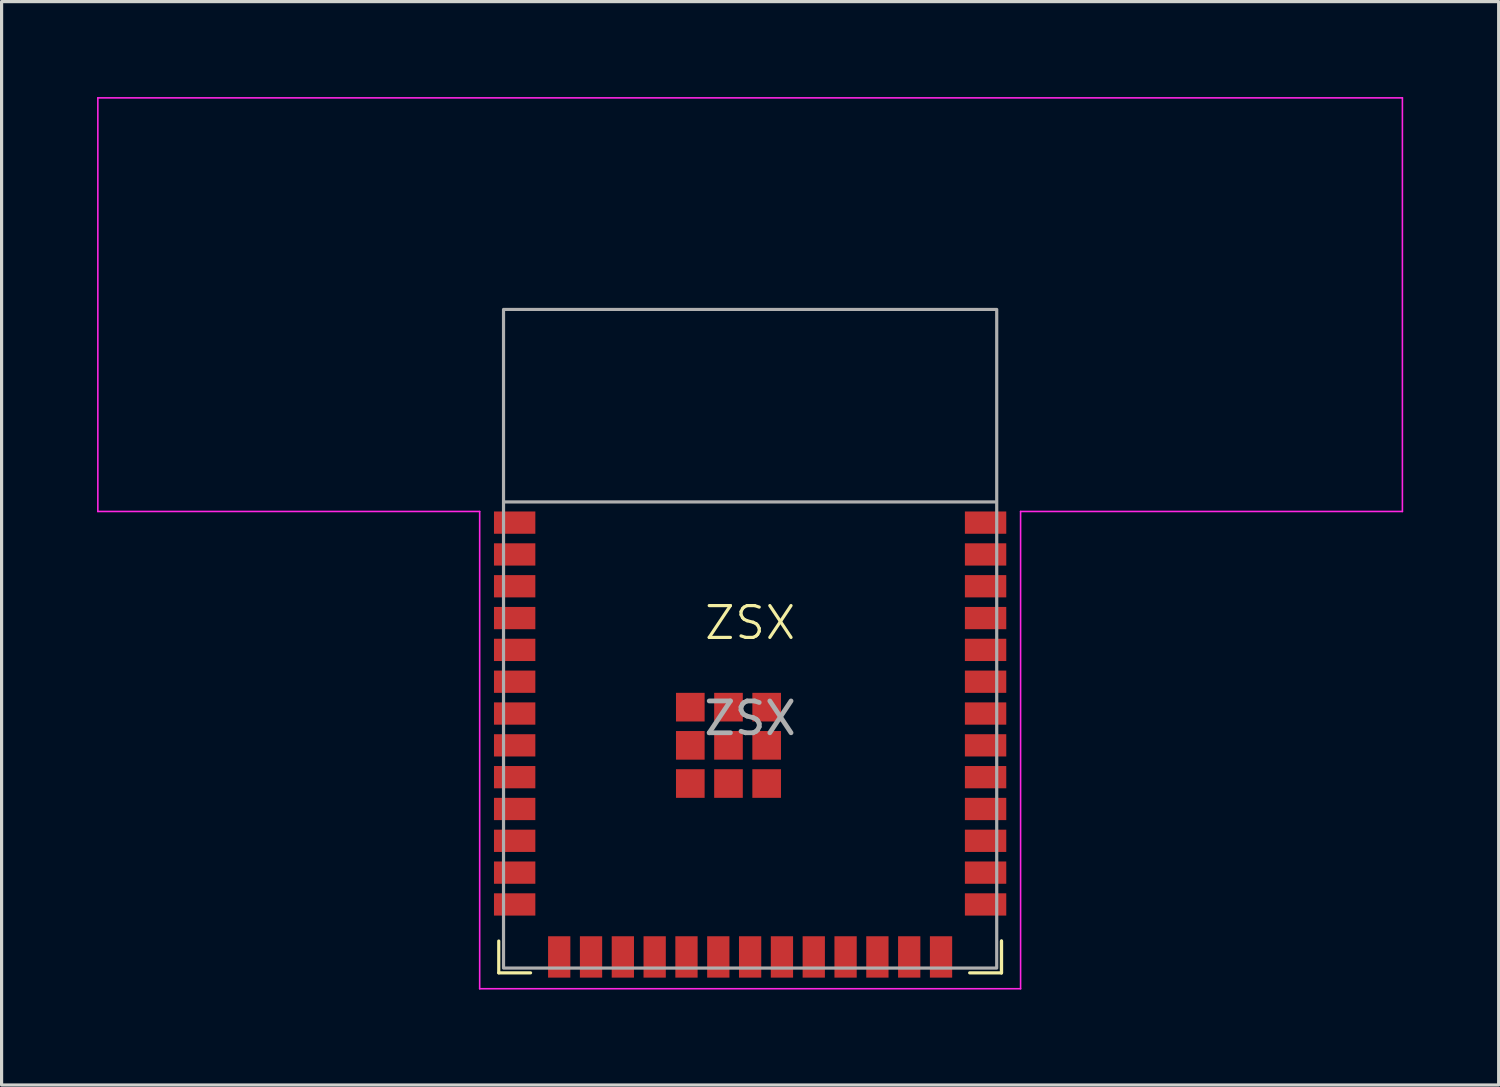
<source format=kicad_pcb>
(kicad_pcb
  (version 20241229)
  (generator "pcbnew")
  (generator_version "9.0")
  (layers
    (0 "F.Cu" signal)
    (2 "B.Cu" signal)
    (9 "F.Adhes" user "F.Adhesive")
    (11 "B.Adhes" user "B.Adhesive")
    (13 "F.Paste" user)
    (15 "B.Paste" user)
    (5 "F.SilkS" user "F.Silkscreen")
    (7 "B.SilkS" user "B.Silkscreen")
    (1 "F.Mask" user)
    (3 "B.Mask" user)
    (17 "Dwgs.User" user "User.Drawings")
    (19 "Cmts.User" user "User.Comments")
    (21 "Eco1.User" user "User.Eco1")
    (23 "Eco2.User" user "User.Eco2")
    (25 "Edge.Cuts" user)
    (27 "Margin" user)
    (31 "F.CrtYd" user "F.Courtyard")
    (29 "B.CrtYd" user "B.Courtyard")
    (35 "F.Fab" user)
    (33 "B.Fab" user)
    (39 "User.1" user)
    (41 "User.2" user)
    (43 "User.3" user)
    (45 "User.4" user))
  (footprint "ZSX"
    (layer "F.Cu")
    (at 20.525 17.025)
    (property "Reference" "ZSX" (at 0 -0.5 0) (unlocked yes) (layer "F.SilkS") (effects (font (size 1 1) (thickness 0.1))))
    (attr smd)
    (fp_line (start -7.9 9.5) (end -7.9 10.5) (stroke (width 0.1) (type default)) (layer "F.SilkS"))
    (fp_line (start -7.9 10.5) (end -6.9 10.5) (stroke (width 0.1) (type default)) (layer "F.SilkS"))
    (fp_line (start 7.9 9.5) (end 7.9 10.5) (stroke (width 0.1) (type default)) (layer "F.SilkS"))
    (fp_line (start 7.9 10.5) (end 6.9 10.5) (stroke (width 0.1) (type default)) (layer "F.SilkS"))
    (fp_line (start 7.9 10.5) (end 7.9 9.5) (stroke (width 0.1) (type default)) (layer "F.SilkS"))
    (fp_line (start -20.5 -17) (end -20.5 -4) (stroke (width 0.05) (type default)) (layer "F.CrtYd"))
    (fp_line (start -20.5 -4) (end -8.5 -4) (stroke (width 0.05) (type default)) (layer "F.CrtYd"))
    (fp_line (start -8.5 -4) (end -8.5 11) (stroke (width 0.05) (type default)) (layer "F.CrtYd"))
    (fp_line (start -8.5 11) (end 8.5 11) (stroke (width 0.05) (type default)) (layer "F.CrtYd"))
    (fp_line (start 8.5 -4) (end 20.5 -4) (stroke (width 0.05) (type default)) (layer "F.CrtYd"))
    (fp_line (start 8.5 11) (end 8.5 -4) (stroke (width 0.05) (type default)) (layer "F.CrtYd"))
    (fp_line (start 20.5 -17) (end -20.5 -17) (stroke (width 0.05) (type default)) (layer "F.CrtYd"))
    (fp_line (start 20.5 -4) (end 20.5 -17) (stroke (width 0.05) (type default)) (layer "F.CrtYd"))
    (fp_line (start -7.7 -4.3) (end 7.7 -4.3) (stroke (width 0.1) (type default)) (layer "F.Fab"))
    (fp_rect (start -7.75 -10.35) (end 7.75 10.35) (stroke (width 0.1) (type default)) (fill no) (layer "F.Fab"))
    (fp_text user "${REFERENCE}" (at 0 2.5 0) (unlocked yes) (layer "F.Fab") (effects (font (size 1 1) (thickness 0.15))))
    (pad "1" smd rect (at -7.4 -3.65) (size 1.3 0.7) (layers "F.Cu" "F.Mask" "F.Paste"))
    (pad "2" smd rect (at -7.4 -2.65) (size 1.3 0.7) (layers "F.Cu" "F.Mask" "F.Paste"))
    (pad "3" smd rect (at -7.4 -1.65) (size 1.3 0.7) (layers "F.Cu" "F.Mask" "F.Paste"))
    (pad "4" smd rect (at -7.4 -0.65) (size 1.3 0.7) (layers "F.Cu" "F.Mask" "F.Paste"))
    (pad "5" smd rect (at -7.4 0.35) (size 1.3 0.7) (layers "F.Cu" "F.Mask" "F.Paste"))
    (pad "6" smd rect (at -7.4 1.35) (size 1.3 0.7) (layers "F.Cu" "F.Mask" "F.Paste"))
    (pad "7" smd rect (at -7.4 2.35) (size 1.3 0.7) (layers "F.Cu" "F.Mask" "F.Paste"))
    (pad "8" smd rect (at -7.4 3.35) (size 1.3 0.7) (layers "F.Cu" "F.Mask" "F.Paste"))
    (pad "9" smd rect (at -7.4 4.35) (size 1.3 0.7) (layers "F.Cu" "F.Mask" "F.Paste"))
    (pad "10" smd rect (at -7.4 5.35) (size 1.3 0.7) (layers "F.Cu" "F.Mask" "F.Paste"))
    (pad "11" smd rect (at -7.4 6.35) (size 1.3 0.7) (layers "F.Cu" "F.Mask" "F.Paste"))
    (pad "12" smd rect (at -7.4 7.35) (size 1.3 0.7) (layers "F.Cu" "F.Mask" "F.Paste"))
    (pad "13" smd rect (at -7.4 8.35) (size 1.3 0.7) (layers "F.Cu" "F.Mask" "F.Paste"))
    (pad "14" smd rect (at -6 10) (size 0.7 1.3) (layers "F.Cu" "F.Mask" "F.Paste"))
    (pad "15" smd rect (at -5 10) (size 0.7 1.3) (layers "F.Cu" "F.Mask" "F.Paste"))
    (pad "16" smd rect (at -4 10) (size 0.7 1.3) (layers "F.Cu" "F.Mask" "F.Paste"))
    (pad "17" smd rect (at -3 10) (size 0.7 1.3) (layers "F.Cu" "F.Mask" "F.Paste"))
    (pad "18" smd rect (at -2 10) (size 0.7 1.3) (layers "F.Cu" "F.Mask" "F.Paste"))
    (pad "19" smd rect (at -1 10) (size 0.7 1.3) (layers "F.Cu" "F.Mask" "F.Paste"))
    (pad "20" smd rect (at 0 10) (size 0.7 1.3) (layers "F.Cu" "F.Mask" "F.Paste"))
    (pad "21" smd rect (at 1 10) (size 0.7 1.3) (layers "F.Cu" "F.Mask" "F.Paste"))
    (pad "22" smd rect (at 2 10) (size 0.7 1.3) (layers "F.Cu" "F.Mask" "F.Paste"))
    (pad "23" smd rect (at 3 10) (size 0.7 1.3) (layers "F.Cu" "F.Mask" "F.Paste"))
    (pad "24" smd rect (at 4 10) (size 0.7 1.3) (layers "F.Cu" "F.Mask" "F.Paste"))
    (pad "25" smd rect (at 5 10) (size 0.7 1.3) (layers "F.Cu" "F.Mask" "F.Paste"))
    (pad "26" smd rect (at 6 10) (size 0.7 1.3) (layers "F.Cu" "F.Mask" "F.Paste"))
    (pad "27" smd rect (at 7.4 8.35) (size 1.3 0.7) (layers "F.Cu" "F.Mask" "F.Paste"))
    (pad "28" smd rect (at 7.4 7.35) (size 1.3 0.7) (layers "F.Cu" "F.Mask" "F.Paste"))
    (pad "29" smd rect (at 7.4 6.35) (size 1.3 0.7) (layers "F.Cu" "F.Mask" "F.Paste"))
    (pad "30" smd rect (at 7.4 5.35) (size 1.3 0.7) (layers "F.Cu" "F.Mask" "F.Paste"))
    (pad "31" smd rect (at 7.4 4.35) (size 1.3 0.7) (layers "F.Cu" "F.Mask" "F.Paste"))
    (pad "32" smd rect (at 7.4 3.35) (size 1.3 0.7) (layers "F.Cu" "F.Mask" "F.Paste"))
    (pad "33" smd rect (at 7.4 2.35) (size 1.3 0.7) (layers "F.Cu" "F.Mask" "F.Paste"))
    (pad "34" smd rect (at 7.4 1.35) (size 1.3 0.7) (layers "F.Cu" "F.Mask" "F.Paste"))
    (pad "35" smd rect (at 7.4 0.35) (size 1.3 0.7) (layers "F.Cu" "F.Mask" "F.Paste"))
    (pad "36" smd rect (at 7.4 -0.65) (size 1.3 0.7) (layers "F.Cu" "F.Mask" "F.Paste"))
    (pad "37" smd rect (at 7.4 -1.65) (size 1.3 0.7) (layers "F.Cu" "F.Mask" "F.Paste"))
    (pad "38" smd rect (at 7.4 -2.65) (size 1.3 0.7) (layers "F.Cu" "F.Mask" "F.Paste"))
    (pad "39" smd rect (at 7.4 -3.65) (size 1.3 0.7) (layers "F.Cu" "F.Mask" "F.Paste"))
    (pad "40" smd rect (at -1.88 2.15) (size 0.9 0.9) (layers "F.Cu" "F.Mask" "F.Paste"))
    (pad "40" smd rect (at -1.88 3.35) (size 0.9 0.9) (layers "F.Cu" "F.Mask" "F.Paste"))
    (pad "40" smd rect (at -1.88 4.55) (size 0.9 0.9) (layers "F.Cu" "F.Mask" "F.Paste"))
    (pad "40" smd rect (at -0.68 2.15) (size 0.9 0.9) (layers "F.Cu" "F.Mask" "F.Paste"))
    (pad "40" smd rect (at -0.68 3.35) (size 0.9 0.9) (layers "F.Cu" "F.Mask" "F.Paste"))
    (pad "40" smd rect (at -0.68 4.55) (size 0.9 0.9) (layers "F.Cu" "F.Mask" "F.Paste"))
    (pad "40" smd rect (at 0.52 2.15) (size 0.9 0.9) (layers "F.Cu" "F.Mask" "F.Paste"))
    (pad "40" smd rect (at 0.52 3.35) (size 0.9 0.9) (layers "F.Cu" "F.Mask" "F.Paste"))
    (pad "40" smd rect (at 0.52 4.55) (size 0.9 0.9) (layers "F.Cu" "F.Mask" "F.Paste"))
    (zone (net_name "") (layers "F.Cu" "B.Cu") (hatch full 0.5) (connect_pads) (min_thickness 0.25) (filled_areas_thickness no) (keepout (tracks not_allowed) (vias not_allowed) (pads not_allowed) (copperpour not_allowed) (footprints not_allowed)) (placement (enabled no)) (fill) (polygon (pts (xy 0.525 12.725) (xy 0.525 0.325) (xy 40.525 0.325) (xy 40.525 12.725))))
    (zone (net_name "") (layers "F.Cu" "B.Cu") (hatch edge 0.5) (connect_pads) (min_thickness 0.25) (filled_areas_thickness no) (keepout (tracks not_allowed) (vias not_allowed) (pads not_allowed) (copperpour not_allowed) (footprints not_allowed)) (placement (enabled no)) (fill) (polygon (pts (xy 19.785 23.855) (xy 19.766 23.713) (xy 19.711 23.58) (xy 19.624 23.466) (xy 19.51 23.379) (xy 19.377 23.324) (xy 19.235 23.305) (xy 19.093 23.324) (xy 18.96 23.379) (xy 18.846 23.466) (xy 18.759 23.58) (xy 18.704 23.713) (xy 18.685 23.855) (xy 18.704 23.997) (xy 18.759 24.13) (xy 18.846 24.244) (xy 18.96 24.331) (xy 19.093 24.386) (xy 19.235 24.405) (xy 19.377 24.386) (xy 19.51 24.331) (xy 19.624 24.244) (xy 19.711 24.13) (xy 19.766 23.997))))
    (zone (net_name "") (layers "F.Cu" "B.Cu") (hatch edge 0.5) (connect_pads) (min_thickness 0.25) (filled_areas_thickness no) (keepout (tracks not_allowed) (vias not_allowed) (pads not_allowed) (copperpour not_allowed) (footprints not_allowed)) (placement (enabled no)) (fill) (polygon (pts (xy 25.245 22.095) (xy 25.226 21.953) (xy 25.171 21.82) (xy 25.084 21.706) (xy 24.97 21.619) (xy 24.837 21.564) (xy 24.695 21.545) (xy 24.553 21.564) (xy 24.42 21.619) (xy 24.306 21.706) (xy 24.219 21.82) (xy 24.164 21.953) (xy 24.145 22.095) (xy 24.164 22.237) (xy 24.219 22.37) (xy 24.306 22.484) (xy 24.42 22.571) (xy 24.553 22.626) (xy 24.695 22.645) (xy 24.837 22.626) (xy 24.97 22.571) (xy 25.084 22.484) (xy 25.171 22.37) (xy 25.226 22.237))))
    (zone (net_name "") (layers "F.Cu" "B.Cu") (hatch edge 0.5) (connect_pads) (min_thickness 0.25) (filled_areas_thickness no) (keepout (tracks not_allowed) (vias not_allowed) (pads not_allowed) (copperpour not_allowed) (footprints not_allowed)) (placement (enabled no)) (fill) (polygon (pts (xy 21.49 14.015) (xy 21.47 13.75) (xy 21.411 13.492) (xy 21.314 13.245) (xy 21.182 13.015) (xy 21.016 12.808) (xy 20.822 12.627) (xy 20.602 12.478) (xy 20.363 12.363) (xy 20.11 12.285) (xy 19.848 12.245) (xy 19.582 12.245) (xy 19.32 12.285) (xy 19.067 12.363) (xy 18.828 12.478) (xy 18.608 12.627) (xy 18.414 12.808) (xy 18.248 13.015) (xy 18.116 13.245) (xy 18.019 13.492) (xy 17.96 13.75) (xy 17.94 14.015) (xy 17.96 14.28) (xy 18.019 14.538) (xy 18.116 14.785) (xy 18.248 15.015) (xy 18.414 15.222) (xy 18.608 15.403) (xy 18.828 15.552) (xy 19.067 15.667) (xy 19.32 15.745) (xy 19.582 15.785) (xy 19.848 15.785) (xy 20.11 15.745) (xy 20.363 15.667) (xy 20.602 15.552) (xy 20.822 15.403) (xy 21.016 15.222) (xy 21.182 15.015) (xy 21.314 14.785) (xy 21.411 14.538) (xy 21.47 14.28)))))
  (gr_rect
    (start -3 -3)
    (end 44.05 31.05)
    (stroke (width 0.1) (type default))
    (fill no)
    (layer "Edge.Cuts")))
</source>
